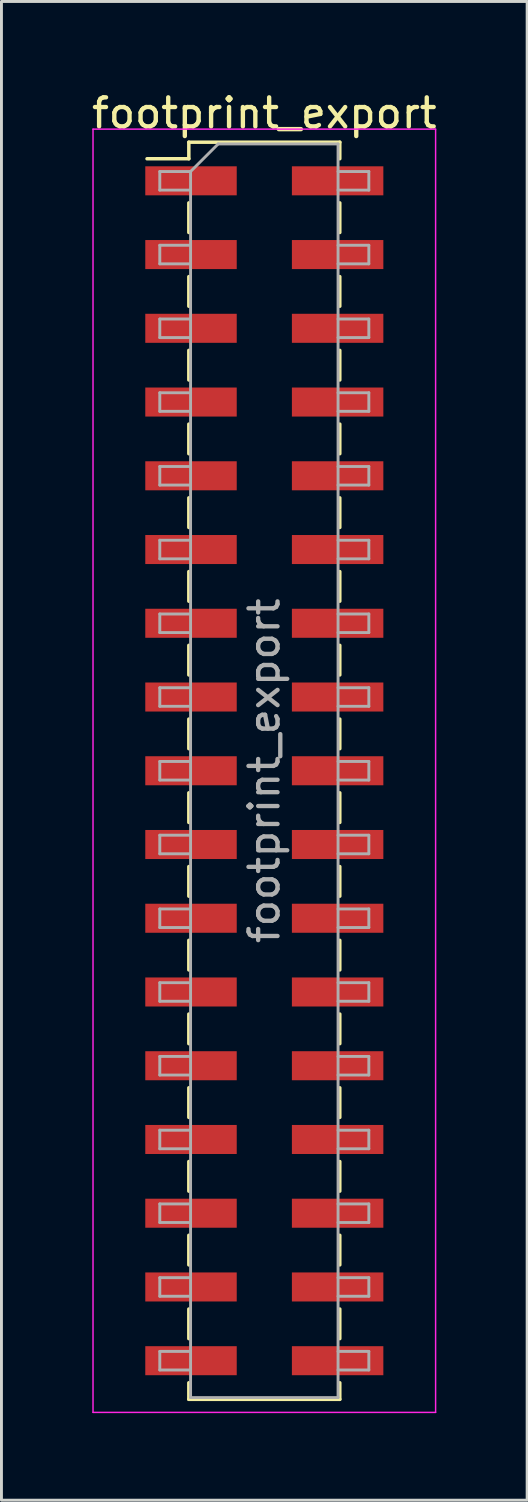
<source format=kicad_pcb>
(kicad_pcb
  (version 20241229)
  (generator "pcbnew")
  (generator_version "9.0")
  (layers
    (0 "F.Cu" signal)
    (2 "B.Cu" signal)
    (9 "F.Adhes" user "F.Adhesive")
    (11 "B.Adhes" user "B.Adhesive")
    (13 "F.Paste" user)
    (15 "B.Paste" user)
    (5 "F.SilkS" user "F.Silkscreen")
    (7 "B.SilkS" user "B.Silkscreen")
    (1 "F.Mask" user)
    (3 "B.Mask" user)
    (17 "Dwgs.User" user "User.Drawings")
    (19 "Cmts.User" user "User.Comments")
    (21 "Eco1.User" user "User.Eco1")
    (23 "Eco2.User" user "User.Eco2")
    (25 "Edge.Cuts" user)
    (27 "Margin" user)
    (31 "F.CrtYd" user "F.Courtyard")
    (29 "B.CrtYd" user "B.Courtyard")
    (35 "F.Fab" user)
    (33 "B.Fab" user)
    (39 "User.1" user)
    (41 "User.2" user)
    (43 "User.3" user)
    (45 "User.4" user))
  (footprint "footprint_export"
    (layer "F.Cu")
    (at 6.054 23.498)
    (property "Reference" "footprint_export" (at 0 -22.65 0) (layer "F.SilkS") (effects (font (size 1 1) (thickness 0.15))))
    (attr smd)
    (fp_line (start -4.04 -21.08) (end -2.6 -21.08) (stroke (width 0.12) (type solid)) (layer "F.SilkS"))
    (fp_line (start -2.6 -21.65) (end -2.6 -21.08) (stroke (width 0.12) (type solid)) (layer "F.SilkS"))
    (fp_line (start -2.6 -21.65) (end 2.6 -21.65) (stroke (width 0.12) (type solid)) (layer "F.SilkS"))
    (fp_line (start -2.6 -19.56) (end -2.6 -18.54) (stroke (width 0.12) (type solid)) (layer "F.SilkS"))
    (fp_line (start -2.6 -17.02) (end -2.6 -16) (stroke (width 0.12) (type solid)) (layer "F.SilkS"))
    (fp_line (start -2.6 -14.48) (end -2.6 -13.46) (stroke (width 0.12) (type solid)) (layer "F.SilkS"))
    (fp_line (start -2.6 -11.94) (end -2.6 -10.92) (stroke (width 0.12) (type solid)) (layer "F.SilkS"))
    (fp_line (start -2.6 -9.4) (end -2.6 -8.38) (stroke (width 0.12) (type solid)) (layer "F.SilkS"))
    (fp_line (start -2.6 -6.86) (end -2.6 -5.84) (stroke (width 0.12) (type solid)) (layer "F.SilkS"))
    (fp_line (start -2.6 -4.32) (end -2.6 -3.3) (stroke (width 0.12) (type solid)) (layer "F.SilkS"))
    (fp_line (start -2.6 -1.78) (end -2.6 -0.76) (stroke (width 0.12) (type solid)) (layer "F.SilkS"))
    (fp_line (start -2.6 0.76) (end -2.6 1.78) (stroke (width 0.12) (type solid)) (layer "F.SilkS"))
    (fp_line (start -2.6 3.3) (end -2.6 4.32) (stroke (width 0.12) (type solid)) (layer "F.SilkS"))
    (fp_line (start -2.6 5.84) (end -2.6 6.86) (stroke (width 0.12) (type solid)) (layer "F.SilkS"))
    (fp_line (start -2.6 8.38) (end -2.6 9.4) (stroke (width 0.12) (type solid)) (layer "F.SilkS"))
    (fp_line (start -2.6 10.92) (end -2.6 11.94) (stroke (width 0.12) (type solid)) (layer "F.SilkS"))
    (fp_line (start -2.6 13.46) (end -2.6 14.48) (stroke (width 0.12) (type solid)) (layer "F.SilkS"))
    (fp_line (start -2.6 16) (end -2.6 17.02) (stroke (width 0.12) (type solid)) (layer "F.SilkS"))
    (fp_line (start -2.6 18.54) (end -2.6 19.56) (stroke (width 0.12) (type solid)) (layer "F.SilkS"))
    (fp_line (start -2.6 21.08) (end -2.6 21.65) (stroke (width 0.12) (type solid)) (layer "F.SilkS"))
    (fp_line (start -2.6 21.65) (end 2.6 21.65) (stroke (width 0.12) (type solid)) (layer "F.SilkS"))
    (fp_line (start 2.6 -21.65) (end 2.6 -21.08) (stroke (width 0.12) (type solid)) (layer "F.SilkS"))
    (fp_line (start 2.6 -19.56) (end 2.6 -18.54) (stroke (width 0.12) (type solid)) (layer "F.SilkS"))
    (fp_line (start 2.6 -17.02) (end 2.6 -16) (stroke (width 0.12) (type solid)) (layer "F.SilkS"))
    (fp_line (start 2.6 -14.48) (end 2.6 -13.46) (stroke (width 0.12) (type solid)) (layer "F.SilkS"))
    (fp_line (start 2.6 -11.94) (end 2.6 -10.92) (stroke (width 0.12) (type solid)) (layer "F.SilkS"))
    (fp_line (start 2.6 -9.4) (end 2.6 -8.38) (stroke (width 0.12) (type solid)) (layer "F.SilkS"))
    (fp_line (start 2.6 -6.86) (end 2.6 -5.84) (stroke (width 0.12) (type solid)) (layer "F.SilkS"))
    (fp_line (start 2.6 -4.32) (end 2.6 -3.3) (stroke (width 0.12) (type solid)) (layer "F.SilkS"))
    (fp_line (start 2.6 -1.78) (end 2.6 -0.76) (stroke (width 0.12) (type solid)) (layer "F.SilkS"))
    (fp_line (start 2.6 0.76) (end 2.6 1.78) (stroke (width 0.12) (type solid)) (layer "F.SilkS"))
    (fp_line (start 2.6 3.3) (end 2.6 4.32) (stroke (width 0.12) (type solid)) (layer "F.SilkS"))
    (fp_line (start 2.6 5.84) (end 2.6 6.86) (stroke (width 0.12) (type solid)) (layer "F.SilkS"))
    (fp_line (start 2.6 8.38) (end 2.6 9.4) (stroke (width 0.12) (type solid)) (layer "F.SilkS"))
    (fp_line (start 2.6 10.92) (end 2.6 11.94) (stroke (width 0.12) (type solid)) (layer "F.SilkS"))
    (fp_line (start 2.6 13.46) (end 2.6 14.48) (stroke (width 0.12) (type solid)) (layer "F.SilkS"))
    (fp_line (start 2.6 16) (end 2.6 17.02) (stroke (width 0.12) (type solid)) (layer "F.SilkS"))
    (fp_line (start 2.6 18.54) (end 2.6 19.56) (stroke (width 0.12) (type solid)) (layer "F.SilkS"))
    (fp_line (start 2.6 21.08) (end 2.6 21.65) (stroke (width 0.12) (type solid)) (layer "F.SilkS"))
    (fp_line (start -5.9 -22.1) (end -5.9 22.1) (stroke (width 0.05) (type solid)) (layer "F.CrtYd"))
    (fp_line (start -5.9 22.1) (end 5.9 22.1) (stroke (width 0.05) (type solid)) (layer "F.CrtYd"))
    (fp_line (start 5.9 -22.1) (end -5.9 -22.1) (stroke (width 0.05) (type solid)) (layer "F.CrtYd"))
    (fp_line (start 5.9 22.1) (end 5.9 -22.1) (stroke (width 0.05) (type solid)) (layer "F.CrtYd"))
    (fp_line (start -3.6 -20.64) (end -3.6 -20) (stroke (width 0.1) (type solid)) (layer "F.Fab"))
    (fp_line (start -3.6 -20) (end -2.54 -20) (stroke (width 0.1) (type solid)) (layer "F.Fab"))
    (fp_line (start -3.6 -18.1) (end -3.6 -17.46) (stroke (width 0.1) (type solid)) (layer "F.Fab"))
    (fp_line (start -3.6 -17.46) (end -2.54 -17.46) (stroke (width 0.1) (type solid)) (layer "F.Fab"))
    (fp_line (start -3.6 -15.56) (end -3.6 -14.92) (stroke (width 0.1) (type solid)) (layer "F.Fab"))
    (fp_line (start -3.6 -14.92) (end -2.54 -14.92) (stroke (width 0.1) (type solid)) (layer "F.Fab"))
    (fp_line (start -3.6 -13.02) (end -3.6 -12.38) (stroke (width 0.1) (type solid)) (layer "F.Fab"))
    (fp_line (start -3.6 -12.38) (end -2.54 -12.38) (stroke (width 0.1) (type solid)) (layer "F.Fab"))
    (fp_line (start -3.6 -10.48) (end -3.6 -9.84) (stroke (width 0.1) (type solid)) (layer "F.Fab"))
    (fp_line (start -3.6 -9.84) (end -2.54 -9.84) (stroke (width 0.1) (type solid)) (layer "F.Fab"))
    (fp_line (start -3.6 -7.94) (end -3.6 -7.3) (stroke (width 0.1) (type solid)) (layer "F.Fab"))
    (fp_line (start -3.6 -7.3) (end -2.54 -7.3) (stroke (width 0.1) (type solid)) (layer "F.Fab"))
    (fp_line (start -3.6 -5.4) (end -3.6 -4.76) (stroke (width 0.1) (type solid)) (layer "F.Fab"))
    (fp_line (start -3.6 -4.76) (end -2.54 -4.76) (stroke (width 0.1) (type solid)) (layer "F.Fab"))
    (fp_line (start -3.6 -2.86) (end -3.6 -2.22) (stroke (width 0.1) (type solid)) (layer "F.Fab"))
    (fp_line (start -3.6 -2.22) (end -2.54 -2.22) (stroke (width 0.1) (type solid)) (layer "F.Fab"))
    (fp_line (start -3.6 -0.32) (end -3.6 0.32) (stroke (width 0.1) (type solid)) (layer "F.Fab"))
    (fp_line (start -3.6 0.32) (end -2.54 0.32) (stroke (width 0.1) (type solid)) (layer "F.Fab"))
    (fp_line (start -3.6 2.22) (end -3.6 2.86) (stroke (width 0.1) (type solid)) (layer "F.Fab"))
    (fp_line (start -3.6 2.86) (end -2.54 2.86) (stroke (width 0.1) (type solid)) (layer "F.Fab"))
    (fp_line (start -3.6 4.76) (end -3.6 5.4) (stroke (width 0.1) (type solid)) (layer "F.Fab"))
    (fp_line (start -3.6 5.4) (end -2.54 5.4) (stroke (width 0.1) (type solid)) (layer "F.Fab"))
    (fp_line (start -3.6 7.3) (end -3.6 7.94) (stroke (width 0.1) (type solid)) (layer "F.Fab"))
    (fp_line (start -3.6 7.94) (end -2.54 7.94) (stroke (width 0.1) (type solid)) (layer "F.Fab"))
    (fp_line (start -3.6 9.84) (end -3.6 10.48) (stroke (width 0.1) (type solid)) (layer "F.Fab"))
    (fp_line (start -3.6 10.48) (end -2.54 10.48) (stroke (width 0.1) (type solid)) (layer "F.Fab"))
    (fp_line (start -3.6 12.38) (end -3.6 13.02) (stroke (width 0.1) (type solid)) (layer "F.Fab"))
    (fp_line (start -3.6 13.02) (end -2.54 13.02) (stroke (width 0.1) (type solid)) (layer "F.Fab"))
    (fp_line (start -3.6 14.92) (end -3.6 15.56) (stroke (width 0.1) (type solid)) (layer "F.Fab"))
    (fp_line (start -3.6 15.56) (end -2.54 15.56) (stroke (width 0.1) (type solid)) (layer "F.Fab"))
    (fp_line (start -3.6 17.46) (end -3.6 18.1) (stroke (width 0.1) (type solid)) (layer "F.Fab"))
    (fp_line (start -3.6 18.1) (end -2.54 18.1) (stroke (width 0.1) (type solid)) (layer "F.Fab"))
    (fp_line (start -3.6 20) (end -3.6 20.64) (stroke (width 0.1) (type solid)) (layer "F.Fab"))
    (fp_line (start -3.6 20.64) (end -2.54 20.64) (stroke (width 0.1) (type solid)) (layer "F.Fab"))
    (fp_line (start -2.54 -20.64) (end -3.6 -20.64) (stroke (width 0.1) (type solid)) (layer "F.Fab"))
    (fp_line (start -2.54 -20.64) (end -1.59 -21.59) (stroke (width 0.1) (type solid)) (layer "F.Fab"))
    (fp_line (start -2.54 -18.1) (end -3.6 -18.1) (stroke (width 0.1) (type solid)) (layer "F.Fab"))
    (fp_line (start -2.54 -15.56) (end -3.6 -15.56) (stroke (width 0.1) (type solid)) (layer "F.Fab"))
    (fp_line (start -2.54 -13.02) (end -3.6 -13.02) (stroke (width 0.1) (type solid)) (layer "F.Fab"))
    (fp_line (start -2.54 -10.48) (end -3.6 -10.48) (stroke (width 0.1) (type solid)) (layer "F.Fab"))
    (fp_line (start -2.54 -7.94) (end -3.6 -7.94) (stroke (width 0.1) (type solid)) (layer "F.Fab"))
    (fp_line (start -2.54 -5.4) (end -3.6 -5.4) (stroke (width 0.1) (type solid)) (layer "F.Fab"))
    (fp_line (start -2.54 -2.86) (end -3.6 -2.86) (stroke (width 0.1) (type solid)) (layer "F.Fab"))
    (fp_line (start -2.54 -0.32) (end -3.6 -0.32) (stroke (width 0.1) (type solid)) (layer "F.Fab"))
    (fp_line (start -2.54 2.22) (end -3.6 2.22) (stroke (width 0.1) (type solid)) (layer "F.Fab"))
    (fp_line (start -2.54 4.76) (end -3.6 4.76) (stroke (width 0.1) (type solid)) (layer "F.Fab"))
    (fp_line (start -2.54 7.3) (end -3.6 7.3) (stroke (width 0.1) (type solid)) (layer "F.Fab"))
    (fp_line (start -2.54 9.84) (end -3.6 9.84) (stroke (width 0.1) (type solid)) (layer "F.Fab"))
    (fp_line (start -2.54 12.38) (end -3.6 12.38) (stroke (width 0.1) (type solid)) (layer "F.Fab"))
    (fp_line (start -2.54 14.92) (end -3.6 14.92) (stroke (width 0.1) (type solid)) (layer "F.Fab"))
    (fp_line (start -2.54 17.46) (end -3.6 17.46) (stroke (width 0.1) (type solid)) (layer "F.Fab"))
    (fp_line (start -2.54 20) (end -3.6 20) (stroke (width 0.1) (type solid)) (layer "F.Fab"))
    (fp_line (start -2.54 21.59) (end -2.54 -20.64) (stroke (width 0.1) (type solid)) (layer "F.Fab"))
    (fp_line (start -1.59 -21.59) (end 2.54 -21.59) (stroke (width 0.1) (type solid)) (layer "F.Fab"))
    (fp_line (start 2.54 -21.59) (end 2.54 21.59) (stroke (width 0.1) (type solid)) (layer "F.Fab"))
    (fp_line (start 2.54 -20.64) (end 3.6 -20.64) (stroke (width 0.1) (type solid)) (layer "F.Fab"))
    (fp_line (start 2.54 -18.1) (end 3.6 -18.1) (stroke (width 0.1) (type solid)) (layer "F.Fab"))
    (fp_line (start 2.54 -15.56) (end 3.6 -15.56) (stroke (width 0.1) (type solid)) (layer "F.Fab"))
    (fp_line (start 2.54 -13.02) (end 3.6 -13.02) (stroke (width 0.1) (type solid)) (layer "F.Fab"))
    (fp_line (start 2.54 -10.48) (end 3.6 -10.48) (stroke (width 0.1) (type solid)) (layer "F.Fab"))
    (fp_line (start 2.54 -7.94) (end 3.6 -7.94) (stroke (width 0.1) (type solid)) (layer "F.Fab"))
    (fp_line (start 2.54 -5.4) (end 3.6 -5.4) (stroke (width 0.1) (type solid)) (layer "F.Fab"))
    (fp_line (start 2.54 -2.86) (end 3.6 -2.86) (stroke (width 0.1) (type solid)) (layer "F.Fab"))
    (fp_line (start 2.54 -0.32) (end 3.6 -0.32) (stroke (width 0.1) (type solid)) (layer "F.Fab"))
    (fp_line (start 2.54 2.22) (end 3.6 2.22) (stroke (width 0.1) (type solid)) (layer "F.Fab"))
    (fp_line (start 2.54 4.76) (end 3.6 4.76) (stroke (width 0.1) (type solid)) (layer "F.Fab"))
    (fp_line (start 2.54 7.3) (end 3.6 7.3) (stroke (width 0.1) (type solid)) (layer "F.Fab"))
    (fp_line (start 2.54 9.84) (end 3.6 9.84) (stroke (width 0.1) (type solid)) (layer "F.Fab"))
    (fp_line (start 2.54 12.38) (end 3.6 12.38) (stroke (width 0.1) (type solid)) (layer "F.Fab"))
    (fp_line (start 2.54 14.92) (end 3.6 14.92) (stroke (width 0.1) (type solid)) (layer "F.Fab"))
    (fp_line (start 2.54 17.46) (end 3.6 17.46) (stroke (width 0.1) (type solid)) (layer "F.Fab"))
    (fp_line (start 2.54 20) (end 3.6 20) (stroke (width 0.1) (type solid)) (layer "F.Fab"))
    (fp_line (start 2.54 21.59) (end -2.54 21.59) (stroke (width 0.1) (type solid)) (layer "F.Fab"))
    (fp_line (start 3.6 -20.64) (end 3.6 -20) (stroke (width 0.1) (type solid)) (layer "F.Fab"))
    (fp_line (start 3.6 -20) (end 2.54 -20) (stroke (width 0.1) (type solid)) (layer "F.Fab"))
    (fp_line (start 3.6 -18.1) (end 3.6 -17.46) (stroke (width 0.1) (type solid)) (layer "F.Fab"))
    (fp_line (start 3.6 -17.46) (end 2.54 -17.46) (stroke (width 0.1) (type solid)) (layer "F.Fab"))
    (fp_line (start 3.6 -15.56) (end 3.6 -14.92) (stroke (width 0.1) (type solid)) (layer "F.Fab"))
    (fp_line (start 3.6 -14.92) (end 2.54 -14.92) (stroke (width 0.1) (type solid)) (layer "F.Fab"))
    (fp_line (start 3.6 -13.02) (end 3.6 -12.38) (stroke (width 0.1) (type solid)) (layer "F.Fab"))
    (fp_line (start 3.6 -12.38) (end 2.54 -12.38) (stroke (width 0.1) (type solid)) (layer "F.Fab"))
    (fp_line (start 3.6 -10.48) (end 3.6 -9.84) (stroke (width 0.1) (type solid)) (layer "F.Fab"))
    (fp_line (start 3.6 -9.84) (end 2.54 -9.84) (stroke (width 0.1) (type solid)) (layer "F.Fab"))
    (fp_line (start 3.6 -7.94) (end 3.6 -7.3) (stroke (width 0.1) (type solid)) (layer "F.Fab"))
    (fp_line (start 3.6 -7.3) (end 2.54 -7.3) (stroke (width 0.1) (type solid)) (layer "F.Fab"))
    (fp_line (start 3.6 -5.4) (end 3.6 -4.76) (stroke (width 0.1) (type solid)) (layer "F.Fab"))
    (fp_line (start 3.6 -4.76) (end 2.54 -4.76) (stroke (width 0.1) (type solid)) (layer "F.Fab"))
    (fp_line (start 3.6 -2.86) (end 3.6 -2.22) (stroke (width 0.1) (type solid)) (layer "F.Fab"))
    (fp_line (start 3.6 -2.22) (end 2.54 -2.22) (stroke (width 0.1) (type solid)) (layer "F.Fab"))
    (fp_line (start 3.6 -0.32) (end 3.6 0.32) (stroke (width 0.1) (type solid)) (layer "F.Fab"))
    (fp_line (start 3.6 0.32) (end 2.54 0.32) (stroke (width 0.1) (type solid)) (layer "F.Fab"))
    (fp_line (start 3.6 2.22) (end 3.6 2.86) (stroke (width 0.1) (type solid)) (layer "F.Fab"))
    (fp_line (start 3.6 2.86) (end 2.54 2.86) (stroke (width 0.1) (type solid)) (layer "F.Fab"))
    (fp_line (start 3.6 4.76) (end 3.6 5.4) (stroke (width 0.1) (type solid)) (layer "F.Fab"))
    (fp_line (start 3.6 5.4) (end 2.54 5.4) (stroke (width 0.1) (type solid)) (layer "F.Fab"))
    (fp_line (start 3.6 7.3) (end 3.6 7.94) (stroke (width 0.1) (type solid)) (layer "F.Fab"))
    (fp_line (start 3.6 7.94) (end 2.54 7.94) (stroke (width 0.1) (type solid)) (layer "F.Fab"))
    (fp_line (start 3.6 9.84) (end 3.6 10.48) (stroke (width 0.1) (type solid)) (layer "F.Fab"))
    (fp_line (start 3.6 10.48) (end 2.54 10.48) (stroke (width 0.1) (type solid)) (layer "F.Fab"))
    (fp_line (start 3.6 12.38) (end 3.6 13.02) (stroke (width 0.1) (type solid)) (layer "F.Fab"))
    (fp_line (start 3.6 13.02) (end 2.54 13.02) (stroke (width 0.1) (type solid)) (layer "F.Fab"))
    (fp_line (start 3.6 14.92) (end 3.6 15.56) (stroke (width 0.1) (type solid)) (layer "F.Fab"))
    (fp_line (start 3.6 15.56) (end 2.54 15.56) (stroke (width 0.1) (type solid)) (layer "F.Fab"))
    (fp_line (start 3.6 17.46) (end 3.6 18.1) (stroke (width 0.1) (type solid)) (layer "F.Fab"))
    (fp_line (start 3.6 18.1) (end 2.54 18.1) (stroke (width 0.1) (type solid)) (layer "F.Fab"))
    (fp_line (start 3.6 20) (end 3.6 20.64) (stroke (width 0.1) (type solid)) (layer "F.Fab"))
    (fp_line (start 3.6 20.64) (end 2.54 20.64) (stroke (width 0.1) (type solid)) (layer "F.Fab"))
    (fp_text user "${REFERENCE}" (at 0 0 90) (layer "F.Fab") (effects (font (size 1 1) (thickness 0.15))))
    (pad "1" smd rect (at -2.525 -20.32) (size 3.15 1) (layers "F.Cu" "F.Mask" "F.Paste"))
    (pad "2" smd rect (at 2.525 -20.32) (size 3.15 1) (layers "F.Cu" "F.Mask" "F.Paste"))
    (pad "3" smd rect (at -2.525 -17.78) (size 3.15 1) (layers "F.Cu" "F.Mask" "F.Paste"))
    (pad "4" smd rect (at 2.525 -17.78) (size 3.15 1) (layers "F.Cu" "F.Mask" "F.Paste"))
    (pad "5" smd rect (at -2.525 -15.24) (size 3.15 1) (layers "F.Cu" "F.Mask" "F.Paste"))
    (pad "6" smd rect (at 2.525 -15.24) (size 3.15 1) (layers "F.Cu" "F.Mask" "F.Paste"))
    (pad "7" smd rect (at -2.525 -12.7) (size 3.15 1) (layers "F.Cu" "F.Mask" "F.Paste"))
    (pad "8" smd rect (at 2.525 -12.7) (size 3.15 1) (layers "F.Cu" "F.Mask" "F.Paste"))
    (pad "9" smd rect (at -2.525 -10.16) (size 3.15 1) (layers "F.Cu" "F.Mask" "F.Paste"))
    (pad "10" smd rect (at 2.525 -10.16) (size 3.15 1) (layers "F.Cu" "F.Mask" "F.Paste"))
    (pad "11" smd rect (at -2.525 -7.62) (size 3.15 1) (layers "F.Cu" "F.Mask" "F.Paste"))
    (pad "12" smd rect (at 2.525 -7.62) (size 3.15 1) (layers "F.Cu" "F.Mask" "F.Paste"))
    (pad "13" smd rect (at -2.525 -5.08) (size 3.15 1) (layers "F.Cu" "F.Mask" "F.Paste"))
    (pad "14" smd rect (at 2.525 -5.08) (size 3.15 1) (layers "F.Cu" "F.Mask" "F.Paste"))
    (pad "15" smd rect (at -2.525 -2.54) (size 3.15 1) (layers "F.Cu" "F.Mask" "F.Paste"))
    (pad "16" smd rect (at 2.525 -2.54) (size 3.15 1) (layers "F.Cu" "F.Mask" "F.Paste"))
    (pad "17" smd rect (at -2.525 0) (size 3.15 1) (layers "F.Cu" "F.Mask" "F.Paste"))
    (pad "18" smd rect (at 2.525 0) (size 3.15 1) (layers "F.Cu" "F.Mask" "F.Paste"))
    (pad "19" smd rect (at -2.525 2.54) (size 3.15 1) (layers "F.Cu" "F.Mask" "F.Paste"))
    (pad "20" smd rect (at 2.525 2.54) (size 3.15 1) (layers "F.Cu" "F.Mask" "F.Paste"))
    (pad "21" smd rect (at -2.525 5.08) (size 3.15 1) (layers "F.Cu" "F.Mask" "F.Paste"))
    (pad "22" smd rect (at 2.525 5.08) (size 3.15 1) (layers "F.Cu" "F.Mask" "F.Paste"))
    (pad "23" smd rect (at -2.525 7.62) (size 3.15 1) (layers "F.Cu" "F.Mask" "F.Paste"))
    (pad "24" smd rect (at 2.525 7.62) (size 3.15 1) (layers "F.Cu" "F.Mask" "F.Paste"))
    (pad "25" smd rect (at -2.525 10.16) (size 3.15 1) (layers "F.Cu" "F.Mask" "F.Paste"))
    (pad "26" smd rect (at 2.525 10.16) (size 3.15 1) (layers "F.Cu" "F.Mask" "F.Paste"))
    (pad "27" smd rect (at -2.525 12.7) (size 3.15 1) (layers "F.Cu" "F.Mask" "F.Paste"))
    (pad "28" smd rect (at 2.525 12.7) (size 3.15 1) (layers "F.Cu" "F.Mask" "F.Paste"))
    (pad "29" smd rect (at -2.525 15.24) (size 3.15 1) (layers "F.Cu" "F.Mask" "F.Paste"))
    (pad "30" smd rect (at 2.525 15.24) (size 3.15 1) (layers "F.Cu" "F.Mask" "F.Paste"))
    (pad "31" smd rect (at -2.525 17.78) (size 3.15 1) (layers "F.Cu" "F.Mask" "F.Paste"))
    (pad "32" smd rect (at 2.525 17.78) (size 3.15 1) (layers "F.Cu" "F.Mask" "F.Paste"))
    (pad "33" smd rect (at -2.525 20.32) (size 3.15 1) (layers "F.Cu" "F.Mask" "F.Paste"))
    (pad "34" smd rect (at 2.525 20.32) (size 3.15 1) (layers "F.Cu" "F.Mask" "F.Paste")))
  (gr_rect
    (start -3 -3)
    (end 15.107 48.623)
    (stroke (width 0.1) (type default))
    (fill no)
    (layer "Edge.Cuts")))
</source>
